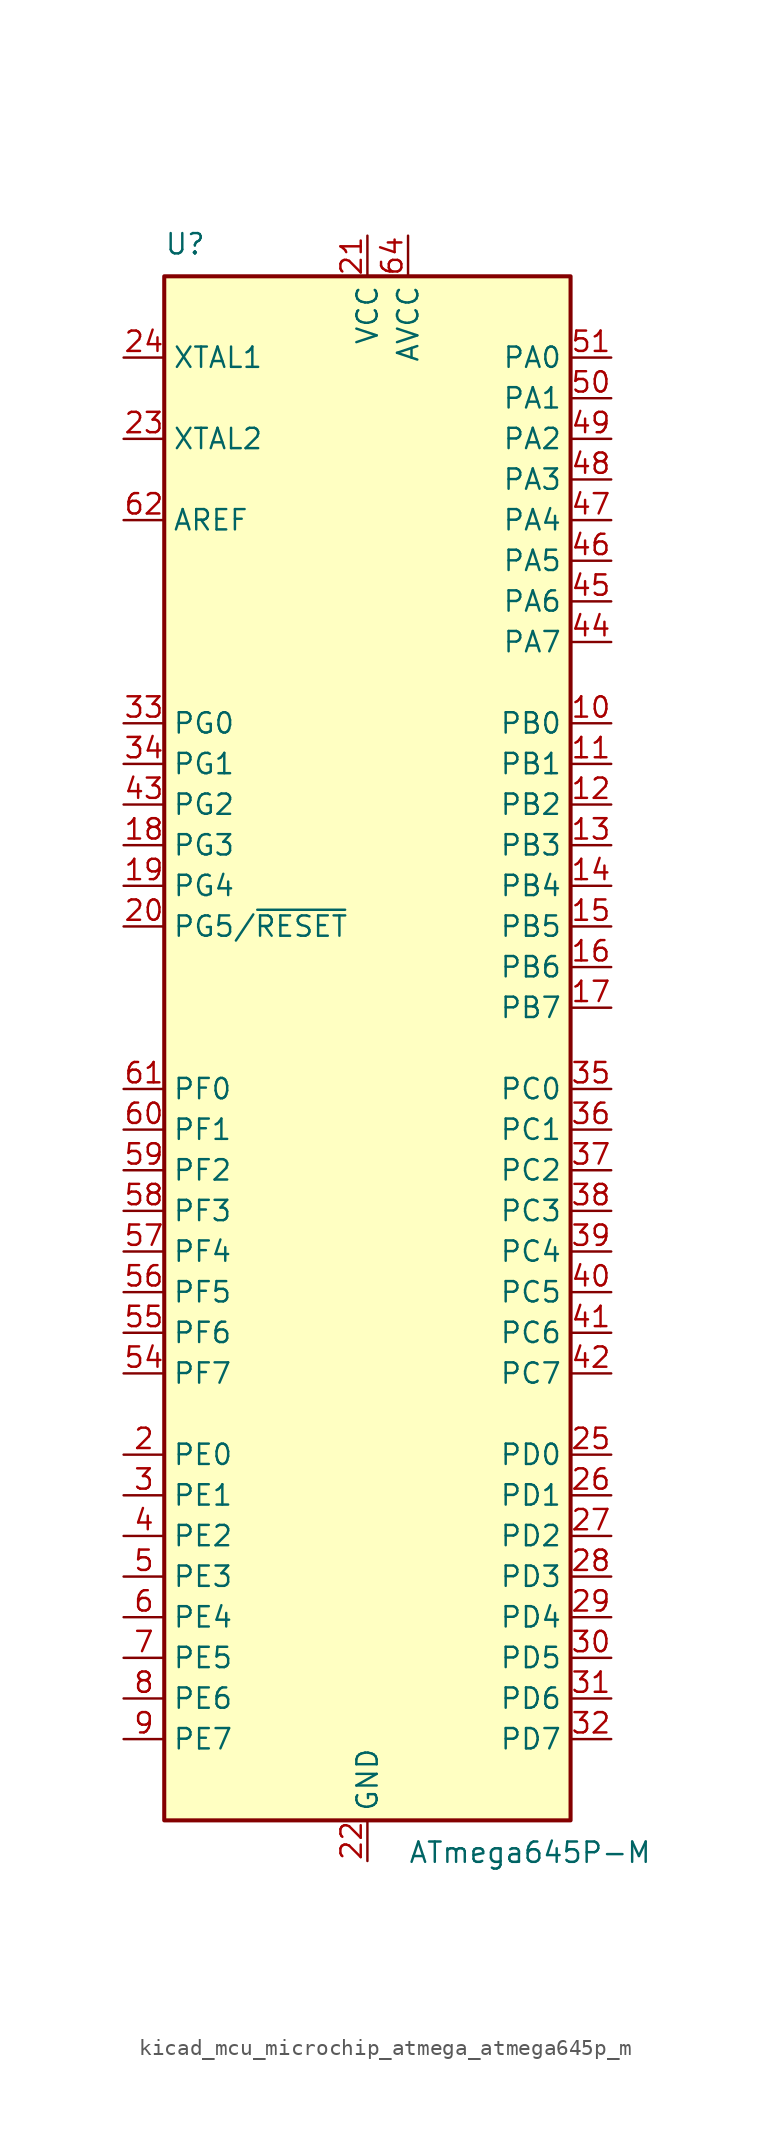
<source format=kicad_sym>
(kicad_symbol_lib
  (version 20220914)
  (generator kicad_symbol_editor)
  (symbol "kicad_mcu_microchip_atmega_atmega645p_m"
    (property "Reference" "U"
      (at -12.7 49.53 0)
      (effects (font (size 1.27 1.27)) (justify left bottom)))
    (property "Value" "ATmega645P-M"
      (at 2.54 -49.53 0)
      (effects (font (size 1.27 1.27)) (justify left top)))
    (symbol "kicad_mcu_microchip_atmega_atmega645p_m_0_1"
      (rectangle (start -12.7 -48.26) (end 12.7 48.26) (stroke (width 0.254) (type default)) (fill (type background))))
    (symbol "kicad_mcu_microchip_atmega_atmega645p_m_1_1"
      (pin no_connect line (at -12.7 -45.72 0) (length 2.54) hide (name "NC" (effects (font (size 1.27 1.27)))) (number "1" (effects (font (size 1.27 1.27)))))
      (pin bidirectional line (at 15.24 20.32 180) (length 2.54) (name "PB0" (effects (font (size 1.27 1.27)))) (number "10" (effects (font (size 1.27 1.27)))))
      (pin bidirectional line (at 15.24 17.78 180) (length 2.54) (name "PB1" (effects (font (size 1.27 1.27)))) (number "11" (effects (font (size 1.27 1.27)))))
      (pin bidirectional line (at 15.24 15.24 180) (length 2.54) (name "PB2" (effects (font (size 1.27 1.27)))) (number "12" (effects (font (size 1.27 1.27)))))
      (pin bidirectional line (at 15.24 12.7 180) (length 2.54) (name "PB3" (effects (font (size 1.27 1.27)))) (number "13" (effects (font (size 1.27 1.27)))))
      (pin bidirectional line (at 15.24 10.16 180) (length 2.54) (name "PB4" (effects (font (size 1.27 1.27)))) (number "14" (effects (font (size 1.27 1.27)))))
      (pin bidirectional line (at 15.24 7.62 180) (length 2.54) (name "PB5" (effects (font (size 1.27 1.27)))) (number "15" (effects (font (size 1.27 1.27)))))
      (pin bidirectional line (at 15.24 5.08 180) (length 2.54) (name "PB6" (effects (font (size 1.27 1.27)))) (number "16" (effects (font (size 1.27 1.27)))))
      (pin bidirectional line (at 15.24 2.54 180) (length 2.54) (name "PB7" (effects (font (size 1.27 1.27)))) (number "17" (effects (font (size 1.27 1.27)))))
      (pin bidirectional line (at -15.24 12.7 0) (length 2.54) (name "PG3" (effects (font (size 1.27 1.27)))) (number "18" (effects (font (size 1.27 1.27)))))
      (pin bidirectional line (at -15.24 10.16 0) (length 2.54) (name "PG4" (effects (font (size 1.27 1.27)))) (number "19" (effects (font (size 1.27 1.27)))))
      (pin bidirectional line (at -15.24 -25.4 0) (length 2.54) (name "PE0" (effects (font (size 1.27 1.27)))) (number "2" (effects (font (size 1.27 1.27)))))
      (pin bidirectional line (at -15.24 7.62 0) (length 2.54) (name "PG5/~{RESET}" (effects (font (size 1.27 1.27)))) (number "20" (effects (font (size 1.27 1.27)))))
      (pin power_in line (at 0 50.8 270) (length 2.54) (name "VCC" (effects (font (size 1.27 1.27)))) (number "21" (effects (font (size 1.27 1.27)))))
      (pin power_in line (at 0 -50.8 90) (length 2.54) (name "GND" (effects (font (size 1.27 1.27)))) (number "22" (effects (font (size 1.27 1.27)))))
      (pin output line (at -15.24 38.1 0) (length 2.54) (name "XTAL2" (effects (font (size 1.27 1.27)))) (number "23" (effects (font (size 1.27 1.27)))))
      (pin input line (at -15.24 43.18 0) (length 2.54) (name "XTAL1" (effects (font (size 1.27 1.27)))) (number "24" (effects (font (size 1.27 1.27)))))
      (pin bidirectional line (at 15.24 -25.4 180) (length 2.54) (name "PD0" (effects (font (size 1.27 1.27)))) (number "25" (effects (font (size 1.27 1.27)))))
      (pin bidirectional line (at 15.24 -27.94 180) (length 2.54) (name "PD1" (effects (font (size 1.27 1.27)))) (number "26" (effects (font (size 1.27 1.27)))))
      (pin bidirectional line (at 15.24 -30.48 180) (length 2.54) (name "PD2" (effects (font (size 1.27 1.27)))) (number "27" (effects (font (size 1.27 1.27)))))
      (pin bidirectional line (at 15.24 -33.02 180) (length 2.54) (name "PD3" (effects (font (size 1.27 1.27)))) (number "28" (effects (font (size 1.27 1.27)))))
      (pin bidirectional line (at 15.24 -35.56 180) (length 2.54) (name "PD4" (effects (font (size 1.27 1.27)))) (number "29" (effects (font (size 1.27 1.27)))))
      (pin bidirectional line (at -15.24 -27.94 0) (length 2.54) (name "PE1" (effects (font (size 1.27 1.27)))) (number "3" (effects (font (size 1.27 1.27)))))
      (pin bidirectional line (at 15.24 -38.1 180) (length 2.54) (name "PD5" (effects (font (size 1.27 1.27)))) (number "30" (effects (font (size 1.27 1.27)))))
      (pin bidirectional line (at 15.24 -40.64 180) (length 2.54) (name "PD6" (effects (font (size 1.27 1.27)))) (number "31" (effects (font (size 1.27 1.27)))))
      (pin bidirectional line (at 15.24 -43.18 180) (length 2.54) (name "PD7" (effects (font (size 1.27 1.27)))) (number "32" (effects (font (size 1.27 1.27)))))
      (pin bidirectional line (at -15.24 20.32 0) (length 2.54) (name "PG0" (effects (font (size 1.27 1.27)))) (number "33" (effects (font (size 1.27 1.27)))))
      (pin bidirectional line (at -15.24 17.78 0) (length 2.54) (name "PG1" (effects (font (size 1.27 1.27)))) (number "34" (effects (font (size 1.27 1.27)))))
      (pin bidirectional line (at 15.24 -2.54 180) (length 2.54) (name "PC0" (effects (font (size 1.27 1.27)))) (number "35" (effects (font (size 1.27 1.27)))))
      (pin bidirectional line (at 15.24 -5.08 180) (length 2.54) (name "PC1" (effects (font (size 1.27 1.27)))) (number "36" (effects (font (size 1.27 1.27)))))
      (pin bidirectional line (at 15.24 -7.62 180) (length 2.54) (name "PC2" (effects (font (size 1.27 1.27)))) (number "37" (effects (font (size 1.27 1.27)))))
      (pin bidirectional line (at 15.24 -10.16 180) (length 2.54) (name "PC3" (effects (font (size 1.27 1.27)))) (number "38" (effects (font (size 1.27 1.27)))))
      (pin bidirectional line (at 15.24 -12.7 180) (length 2.54) (name "PC4" (effects (font (size 1.27 1.27)))) (number "39" (effects (font (size 1.27 1.27)))))
      (pin bidirectional line (at -15.24 -30.48 0) (length 2.54) (name "PE2" (effects (font (size 1.27 1.27)))) (number "4" (effects (font (size 1.27 1.27)))))
      (pin bidirectional line (at 15.24 -15.24 180) (length 2.54) (name "PC5" (effects (font (size 1.27 1.27)))) (number "40" (effects (font (size 1.27 1.27)))))
      (pin bidirectional line (at 15.24 -17.78 180) (length 2.54) (name "PC6" (effects (font (size 1.27 1.27)))) (number "41" (effects (font (size 1.27 1.27)))))
      (pin bidirectional line (at 15.24 -20.32 180) (length 2.54) (name "PC7" (effects (font (size 1.27 1.27)))) (number "42" (effects (font (size 1.27 1.27)))))
      (pin bidirectional line (at -15.24 15.24 0) (length 2.54) (name "PG2" (effects (font (size 1.27 1.27)))) (number "43" (effects (font (size 1.27 1.27)))))
      (pin bidirectional line (at 15.24 25.4 180) (length 2.54) (name "PA7" (effects (font (size 1.27 1.27)))) (number "44" (effects (font (size 1.27 1.27)))))
      (pin bidirectional line (at 15.24 27.94 180) (length 2.54) (name "PA6" (effects (font (size 1.27 1.27)))) (number "45" (effects (font (size 1.27 1.27)))))
      (pin bidirectional line (at 15.24 30.48 180) (length 2.54) (name "PA5" (effects (font (size 1.27 1.27)))) (number "46" (effects (font (size 1.27 1.27)))))
      (pin bidirectional line (at 15.24 33.02 180) (length 2.54) (name "PA4" (effects (font (size 1.27 1.27)))) (number "47" (effects (font (size 1.27 1.27)))))
      (pin bidirectional line (at 15.24 35.56 180) (length 2.54) (name "PA3" (effects (font (size 1.27 1.27)))) (number "48" (effects (font (size 1.27 1.27)))))
      (pin bidirectional line (at 15.24 38.1 180) (length 2.54) (name "PA2" (effects (font (size 1.27 1.27)))) (number "49" (effects (font (size 1.27 1.27)))))
      (pin bidirectional line (at -15.24 -33.02 0) (length 2.54) (name "PE3" (effects (font (size 1.27 1.27)))) (number "5" (effects (font (size 1.27 1.27)))))
      (pin bidirectional line (at 15.24 40.64 180) (length 2.54) (name "PA1" (effects (font (size 1.27 1.27)))) (number "50" (effects (font (size 1.27 1.27)))))
      (pin bidirectional line (at 15.24 43.18 180) (length 2.54) (name "PA0" (effects (font (size 1.27 1.27)))) (number "51" (effects (font (size 1.27 1.27)))))
      (pin passive line (at 0 50.8 270) (length 2.54) hide (name "VCC" (effects (font (size 1.27 1.27)))) (number "52" (effects (font (size 1.27 1.27)))))
      (pin passive line (at 0 -50.8 90) (length 2.54) hide (name "GND" (effects (font (size 1.27 1.27)))) (number "53" (effects (font (size 1.27 1.27)))))
      (pin bidirectional line (at -15.24 -20.32 0) (length 2.54) (name "PF7" (effects (font (size 1.27 1.27)))) (number "54" (effects (font (size 1.27 1.27)))))
      (pin bidirectional line (at -15.24 -17.78 0) (length 2.54) (name "PF6" (effects (font (size 1.27 1.27)))) (number "55" (effects (font (size 1.27 1.27)))))
      (pin bidirectional line (at -15.24 -15.24 0) (length 2.54) (name "PF5" (effects (font (size 1.27 1.27)))) (number "56" (effects (font (size 1.27 1.27)))))
      (pin bidirectional line (at -15.24 -12.7 0) (length 2.54) (name "PF4" (effects (font (size 1.27 1.27)))) (number "57" (effects (font (size 1.27 1.27)))))
      (pin bidirectional line (at -15.24 -10.16 0) (length 2.54) (name "PF3" (effects (font (size 1.27 1.27)))) (number "58" (effects (font (size 1.27 1.27)))))
      (pin bidirectional line (at -15.24 -7.62 0) (length 2.54) (name "PF2" (effects (font (size 1.27 1.27)))) (number "59" (effects (font (size 1.27 1.27)))))
      (pin bidirectional line (at -15.24 -35.56 0) (length 2.54) (name "PE4" (effects (font (size 1.27 1.27)))) (number "6" (effects (font (size 1.27 1.27)))))
      (pin bidirectional line (at -15.24 -5.08 0) (length 2.54) (name "PF1" (effects (font (size 1.27 1.27)))) (number "60" (effects (font (size 1.27 1.27)))))
      (pin bidirectional line (at -15.24 -2.54 0) (length 2.54) (name "PF0" (effects (font (size 1.27 1.27)))) (number "61" (effects (font (size 1.27 1.27)))))
      (pin passive line (at -15.24 33.02 0) (length 2.54) (name "AREF" (effects (font (size 1.27 1.27)))) (number "62" (effects (font (size 1.27 1.27)))))
      (pin passive line (at 0 -50.8 90) (length 2.54) hide (name "GND" (effects (font (size 1.27 1.27)))) (number "63" (effects (font (size 1.27 1.27)))))
      (pin power_in line (at 2.54 50.8 270) (length 2.54) (name "AVCC" (effects (font (size 1.27 1.27)))) (number "64" (effects (font (size 1.27 1.27)))))
      (pin passive line (at 0 -50.8 90) (length 2.54) hide (name "GND" (effects (font (size 1.27 1.27)))) (number "65" (effects (font (size 1.27 1.27)))))
      (pin bidirectional line (at -15.24 -38.1 0) (length 2.54) (name "PE5" (effects (font (size 1.27 1.27)))) (number "7" (effects (font (size 1.27 1.27)))))
      (pin bidirectional line (at -15.24 -40.64 0) (length 2.54) (name "PE6" (effects (font (size 1.27 1.27)))) (number "8" (effects (font (size 1.27 1.27)))))
      (pin bidirectional line (at -15.24 -43.18 0) (length 2.54) (name "PE7" (effects (font (size 1.27 1.27)))) (number "9" (effects (font (size 1.27 1.27))))))))
</source>
